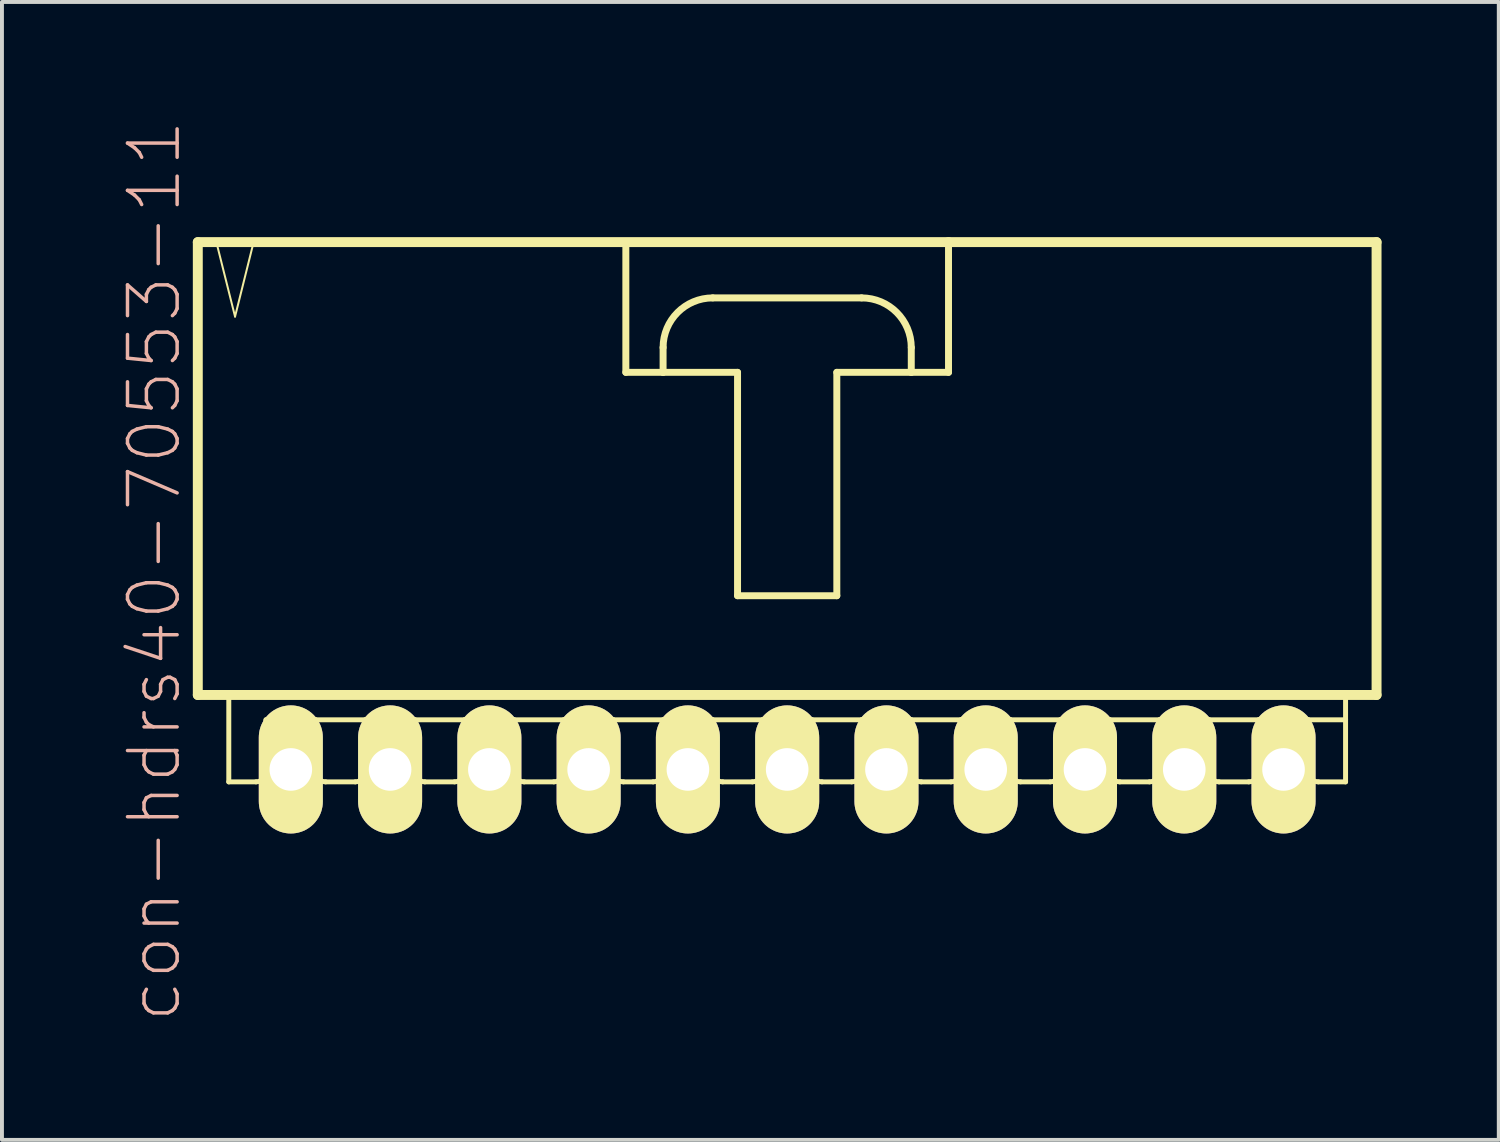
<source format=kicad_pcb>
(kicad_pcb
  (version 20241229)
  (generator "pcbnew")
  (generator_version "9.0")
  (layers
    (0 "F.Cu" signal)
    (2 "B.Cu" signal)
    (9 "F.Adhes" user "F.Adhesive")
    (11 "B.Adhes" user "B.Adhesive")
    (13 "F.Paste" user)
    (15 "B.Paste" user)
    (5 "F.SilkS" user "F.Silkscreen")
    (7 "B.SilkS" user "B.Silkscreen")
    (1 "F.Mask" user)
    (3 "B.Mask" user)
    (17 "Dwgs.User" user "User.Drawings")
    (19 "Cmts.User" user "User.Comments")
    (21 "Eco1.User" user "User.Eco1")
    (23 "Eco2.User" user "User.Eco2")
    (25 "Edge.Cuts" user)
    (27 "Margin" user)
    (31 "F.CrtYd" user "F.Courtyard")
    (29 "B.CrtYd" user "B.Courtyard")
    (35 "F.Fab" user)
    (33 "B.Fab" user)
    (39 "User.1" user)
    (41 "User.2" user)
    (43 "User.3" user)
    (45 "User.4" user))
  (footprint "con-hdrs40-70553-11"
    (layer "F.Cu")
    (at 17.091 9.017)
    (property "Reference" "con-hdrs40-70553-11" (at -16.192 2.54 90) (layer "B.SilkS") (effects (font (size 1.27 1.27) (thickness 0.089))))
    (attr exclude_from_pos_files exclude_from_bom)
    (fp_line (start -15.08 -5.872) (end -15.08 5.715) (stroke (width 0.254) (type solid)) (layer "F.SilkS"))
    (fp_line (start -15.08 5.715) (end 15.08 5.715) (stroke (width 0.254) (type solid)) (layer "F.SilkS"))
    (fp_line (start -14.605 -5.872) (end -14.127 -3.967) (stroke (width 0.051) (type solid)) (layer "F.SilkS"))
    (fp_line (start -14.287 5.715) (end -14.287 7.938) (stroke (width 0.127) (type solid)) (layer "F.SilkS"))
    (fp_line (start -14.127 -3.967) (end -13.652 -5.872) (stroke (width 0.051) (type solid)) (layer "F.SilkS"))
    (fp_line (start -13.652 -5.872) (end -14.605 -5.872) (stroke (width 0.051) (type solid)) (layer "F.SilkS"))
    (fp_line (start -13.589 7.938) (end -14.287 7.938) (stroke (width 0.127) (type solid)) (layer "F.SilkS"))
    (fp_line (start -13.335 6.35) (end -13.335 7.684) (stroke (width 0.127) (type solid)) (layer "F.SilkS"))
    (fp_line (start -13.335 6.35) (end -12.065 6.35) (stroke (width 0.127) (type solid)) (layer "F.SilkS"))
    (fp_line (start -13.018 6.35) (end -12.383 6.35) (stroke (width 0.066) (type solid)) (layer "F.SilkS"))
    (fp_line (start -13.018 7.62) (end -13.018 6.35) (stroke (width 0.066) (type solid)) (layer "F.SilkS"))
    (fp_line (start -13.018 7.62) (end -12.383 7.62) (stroke (width 0.066) (type solid)) (layer "F.SilkS"))
    (fp_line (start -12.383 7.62) (end -12.383 6.35) (stroke (width 0.066) (type solid)) (layer "F.SilkS"))
    (fp_line (start -12.065 6.35) (end -12.065 7.684) (stroke (width 0.127) (type solid)) (layer "F.SilkS"))
    (fp_line (start -12.065 6.35) (end -10.795 6.35) (stroke (width 0.127) (type solid)) (layer "F.SilkS"))
    (fp_line (start -11.049 7.938) (end -11.811 7.938) (stroke (width 0.127) (type solid)) (layer "F.SilkS"))
    (fp_line (start -10.795 6.35) (end -10.795 7.684) (stroke (width 0.127) (type solid)) (layer "F.SilkS"))
    (fp_line (start -10.795 6.35) (end -9.525 6.35) (stroke (width 0.127) (type solid)) (layer "F.SilkS"))
    (fp_line (start -10.477 6.35) (end -9.842 6.35) (stroke (width 0.066) (type solid)) (layer "F.SilkS"))
    (fp_line (start -10.477 7.62) (end -10.477 6.35) (stroke (width 0.066) (type solid)) (layer "F.SilkS"))
    (fp_line (start -10.477 7.62) (end -9.842 7.62) (stroke (width 0.066) (type solid)) (layer "F.SilkS"))
    (fp_line (start -9.842 7.62) (end -9.842 6.35) (stroke (width 0.066) (type solid)) (layer "F.SilkS"))
    (fp_line (start -9.525 6.35) (end -9.525 7.684) (stroke (width 0.127) (type solid)) (layer "F.SilkS"))
    (fp_line (start -9.525 6.35) (end -8.255 6.35) (stroke (width 0.127) (type solid)) (layer "F.SilkS"))
    (fp_line (start -8.509 7.938) (end -9.271 7.938) (stroke (width 0.127) (type solid)) (layer "F.SilkS"))
    (fp_line (start -8.255 6.35) (end -8.255 7.684) (stroke (width 0.127) (type solid)) (layer "F.SilkS"))
    (fp_line (start -8.255 6.35) (end -6.985 6.35) (stroke (width 0.127) (type solid)) (layer "F.SilkS"))
    (fp_line (start -7.938 6.35) (end -7.303 6.35) (stroke (width 0.066) (type solid)) (layer "F.SilkS"))
    (fp_line (start -7.938 7.62) (end -7.938 6.35) (stroke (width 0.066) (type solid)) (layer "F.SilkS"))
    (fp_line (start -7.938 7.62) (end -7.303 7.62) (stroke (width 0.066) (type solid)) (layer "F.SilkS"))
    (fp_line (start -7.303 7.62) (end -7.303 6.35) (stroke (width 0.066) (type solid)) (layer "F.SilkS"))
    (fp_line (start -6.985 6.35) (end -6.985 7.684) (stroke (width 0.127) (type solid)) (layer "F.SilkS"))
    (fp_line (start -6.985 6.35) (end -5.715 6.35) (stroke (width 0.127) (type solid)) (layer "F.SilkS"))
    (fp_line (start -5.969 7.938) (end -6.731 7.938) (stroke (width 0.127) (type solid)) (layer "F.SilkS"))
    (fp_line (start -5.715 6.35) (end -5.715 7.684) (stroke (width 0.127) (type solid)) (layer "F.SilkS"))
    (fp_line (start -5.715 6.35) (end -4.445 6.35) (stroke (width 0.127) (type solid)) (layer "F.SilkS"))
    (fp_line (start -5.397 6.35) (end -4.763 6.35) (stroke (width 0.066) (type solid)) (layer "F.SilkS"))
    (fp_line (start -5.397 7.62) (end -5.397 6.35) (stroke (width 0.066) (type solid)) (layer "F.SilkS"))
    (fp_line (start -5.397 7.62) (end -4.763 7.62) (stroke (width 0.066) (type solid)) (layer "F.SilkS"))
    (fp_line (start -4.763 7.62) (end -4.763 6.35) (stroke (width 0.066) (type solid)) (layer "F.SilkS"))
    (fp_line (start -4.445 6.35) (end -4.445 7.684) (stroke (width 0.127) (type solid)) (layer "F.SilkS"))
    (fp_line (start -4.445 6.35) (end -3.175 6.35) (stroke (width 0.127) (type solid)) (layer "F.SilkS"))
    (fp_line (start -4.128 -5.872) (end -4.128 -2.54) (stroke (width 0.178) (type solid)) (layer "F.SilkS"))
    (fp_line (start -4.128 -2.54) (end -3.175 -2.54) (stroke (width 0.178) (type solid)) (layer "F.SilkS"))
    (fp_line (start -3.429 7.938) (end -4.191 7.938) (stroke (width 0.127) (type solid)) (layer "F.SilkS"))
    (fp_line (start -3.175 -2.54) (end -3.175 -3.175) (stroke (width 0.178) (type solid)) (layer "F.SilkS"))
    (fp_line (start -3.175 -2.54) (end -1.27 -2.54) (stroke (width 0.178) (type solid)) (layer "F.SilkS"))
    (fp_line (start -3.175 6.35) (end -3.175 7.684) (stroke (width 0.127) (type solid)) (layer "F.SilkS"))
    (fp_line (start -3.175 6.35) (end -1.905 6.35) (stroke (width 0.127) (type solid)) (layer "F.SilkS"))
    (fp_line (start -2.857 6.35) (end -2.223 6.35) (stroke (width 0.066) (type solid)) (layer "F.SilkS"))
    (fp_line (start -2.857 7.62) (end -2.857 6.35) (stroke (width 0.066) (type solid)) (layer "F.SilkS"))
    (fp_line (start -2.857 7.62) (end -2.223 7.62) (stroke (width 0.066) (type solid)) (layer "F.SilkS"))
    (fp_line (start -2.223 7.62) (end -2.223 6.35) (stroke (width 0.066) (type solid)) (layer "F.SilkS"))
    (fp_line (start -1.905 -4.445) (end 1.905 -4.445) (stroke (width 0.178) (type solid)) (layer "F.SilkS"))
    (fp_line (start -1.905 6.35) (end -1.905 7.684) (stroke (width 0.127) (type solid)) (layer "F.SilkS"))
    (fp_line (start -1.905 6.35) (end -0.635 6.35) (stroke (width 0.127) (type solid)) (layer "F.SilkS"))
    (fp_line (start -1.27 -2.54) (end -1.27 3.175) (stroke (width 0.178) (type solid)) (layer "F.SilkS"))
    (fp_line (start -1.27 3.175) (end 1.27 3.175) (stroke (width 0.178) (type solid)) (layer "F.SilkS"))
    (fp_line (start -0.889 7.938) (end -1.651 7.938) (stroke (width 0.127) (type solid)) (layer "F.SilkS"))
    (fp_line (start -0.635 6.35) (end -0.635 7.684) (stroke (width 0.127) (type solid)) (layer "F.SilkS"))
    (fp_line (start -0.635 6.35) (end 0.635 6.35) (stroke (width 0.127) (type solid)) (layer "F.SilkS"))
    (fp_line (start -0.318 6.35) (end 0.318 6.35) (stroke (width 0.066) (type solid)) (layer "F.SilkS"))
    (fp_line (start -0.318 7.62) (end -0.318 6.35) (stroke (width 0.066) (type solid)) (layer "F.SilkS"))
    (fp_line (start -0.318 7.62) (end 0.318 7.62) (stroke (width 0.066) (type solid)) (layer "F.SilkS"))
    (fp_line (start 0.318 7.62) (end 0.318 6.35) (stroke (width 0.066) (type solid)) (layer "F.SilkS"))
    (fp_line (start 0.635 6.35) (end 0.635 7.684) (stroke (width 0.127) (type solid)) (layer "F.SilkS"))
    (fp_line (start 0.635 6.35) (end 1.905 6.35) (stroke (width 0.127) (type solid)) (layer "F.SilkS"))
    (fp_line (start 1.27 -2.54) (end 3.175 -2.54) (stroke (width 0.178) (type solid)) (layer "F.SilkS"))
    (fp_line (start 1.27 3.175) (end 1.27 -2.54) (stroke (width 0.178) (type solid)) (layer "F.SilkS"))
    (fp_line (start 1.651 7.938) (end 0.889 7.938) (stroke (width 0.127) (type solid)) (layer "F.SilkS"))
    (fp_line (start 1.905 6.35) (end 1.905 7.684) (stroke (width 0.127) (type solid)) (layer "F.SilkS"))
    (fp_line (start 1.905 6.35) (end 3.175 6.35) (stroke (width 0.127) (type solid)) (layer "F.SilkS"))
    (fp_line (start 2.223 6.35) (end 2.857 6.35) (stroke (width 0.066) (type solid)) (layer "F.SilkS"))
    (fp_line (start 2.223 7.62) (end 2.223 6.35) (stroke (width 0.066) (type solid)) (layer "F.SilkS"))
    (fp_line (start 2.223 7.62) (end 2.857 7.62) (stroke (width 0.066) (type solid)) (layer "F.SilkS"))
    (fp_line (start 2.857 7.62) (end 2.857 6.35) (stroke (width 0.066) (type solid)) (layer "F.SilkS"))
    (fp_line (start 3.175 -3.175) (end 3.175 -2.54) (stroke (width 0.178) (type solid)) (layer "F.SilkS"))
    (fp_line (start 3.175 -2.54) (end 4.128 -2.54) (stroke (width 0.178) (type solid)) (layer "F.SilkS"))
    (fp_line (start 3.175 6.35) (end 3.175 7.684) (stroke (width 0.127) (type solid)) (layer "F.SilkS"))
    (fp_line (start 3.175 6.35) (end 4.445 6.35) (stroke (width 0.127) (type solid)) (layer "F.SilkS"))
    (fp_line (start 4.128 -5.872) (end -15.08 -5.872) (stroke (width 0.254) (type solid)) (layer "F.SilkS"))
    (fp_line (start 4.128 -2.54) (end 4.128 -5.872) (stroke (width 0.178) (type solid)) (layer "F.SilkS"))
    (fp_line (start 4.191 7.938) (end 3.429 7.938) (stroke (width 0.127) (type solid)) (layer "F.SilkS"))
    (fp_line (start 4.445 6.35) (end 4.445 7.684) (stroke (width 0.127) (type solid)) (layer "F.SilkS"))
    (fp_line (start 4.445 6.35) (end 5.715 6.35) (stroke (width 0.127) (type solid)) (layer "F.SilkS"))
    (fp_line (start 4.763 6.35) (end 5.397 6.35) (stroke (width 0.066) (type solid)) (layer "F.SilkS"))
    (fp_line (start 4.763 7.62) (end 4.763 6.35) (stroke (width 0.066) (type solid)) (layer "F.SilkS"))
    (fp_line (start 4.763 7.62) (end 5.397 7.62) (stroke (width 0.066) (type solid)) (layer "F.SilkS"))
    (fp_line (start 5.397 7.62) (end 5.397 6.35) (stroke (width 0.066) (type solid)) (layer "F.SilkS"))
    (fp_line (start 5.715 6.35) (end 5.715 7.684) (stroke (width 0.127) (type solid)) (layer "F.SilkS"))
    (fp_line (start 5.715 6.35) (end 6.985 6.35) (stroke (width 0.127) (type solid)) (layer "F.SilkS"))
    (fp_line (start 6.731 7.938) (end 5.969 7.938) (stroke (width 0.127) (type solid)) (layer "F.SilkS"))
    (fp_line (start 6.985 6.35) (end 6.985 7.684) (stroke (width 0.127) (type solid)) (layer "F.SilkS"))
    (fp_line (start 6.985 6.35) (end 8.255 6.35) (stroke (width 0.127) (type solid)) (layer "F.SilkS"))
    (fp_line (start 7.303 6.35) (end 7.938 6.35) (stroke (width 0.066) (type solid)) (layer "F.SilkS"))
    (fp_line (start 7.303 7.62) (end 7.303 6.35) (stroke (width 0.066) (type solid)) (layer "F.SilkS"))
    (fp_line (start 7.303 7.62) (end 7.938 7.62) (stroke (width 0.066) (type solid)) (layer "F.SilkS"))
    (fp_line (start 7.938 7.62) (end 7.938 6.35) (stroke (width 0.066) (type solid)) (layer "F.SilkS"))
    (fp_line (start 8.255 6.35) (end 8.255 7.684) (stroke (width 0.127) (type solid)) (layer "F.SilkS"))
    (fp_line (start 8.255 6.35) (end 9.525 6.35) (stroke (width 0.127) (type solid)) (layer "F.SilkS"))
    (fp_line (start 9.271 7.938) (end 8.509 7.938) (stroke (width 0.127) (type solid)) (layer "F.SilkS"))
    (fp_line (start 9.525 6.35) (end 9.525 7.684) (stroke (width 0.127) (type solid)) (layer "F.SilkS"))
    (fp_line (start 9.525 6.35) (end 10.795 6.35) (stroke (width 0.127) (type solid)) (layer "F.SilkS"))
    (fp_line (start 9.842 6.35) (end 10.477 6.35) (stroke (width 0.066) (type solid)) (layer "F.SilkS"))
    (fp_line (start 9.842 7.62) (end 9.842 6.35) (stroke (width 0.066) (type solid)) (layer "F.SilkS"))
    (fp_line (start 9.842 7.62) (end 10.477 7.62) (stroke (width 0.066) (type solid)) (layer "F.SilkS"))
    (fp_line (start 10.477 7.62) (end 10.477 6.35) (stroke (width 0.066) (type solid)) (layer "F.SilkS"))
    (fp_line (start 10.795 6.35) (end 10.795 7.684) (stroke (width 0.127) (type solid)) (layer "F.SilkS"))
    (fp_line (start 10.795 6.35) (end 12.065 6.35) (stroke (width 0.127) (type solid)) (layer "F.SilkS"))
    (fp_line (start 11.811 7.938) (end 11.049 7.938) (stroke (width 0.127) (type solid)) (layer "F.SilkS"))
    (fp_line (start 12.065 6.35) (end 12.065 7.684) (stroke (width 0.127) (type solid)) (layer "F.SilkS"))
    (fp_line (start 12.065 6.35) (end 13.335 6.35) (stroke (width 0.127) (type solid)) (layer "F.SilkS"))
    (fp_line (start 12.383 6.35) (end 13.018 6.35) (stroke (width 0.066) (type solid)) (layer "F.SilkS"))
    (fp_line (start 12.383 7.62) (end 12.383 6.35) (stroke (width 0.066) (type solid)) (layer "F.SilkS"))
    (fp_line (start 12.383 7.62) (end 13.018 7.62) (stroke (width 0.066) (type solid)) (layer "F.SilkS"))
    (fp_line (start 13.018 7.62) (end 13.018 6.35) (stroke (width 0.066) (type solid)) (layer "F.SilkS"))
    (fp_line (start 13.335 6.35) (end 13.335 7.684) (stroke (width 0.127) (type solid)) (layer "F.SilkS"))
    (fp_line (start 13.335 6.35) (end 14.287 6.35) (stroke (width 0.127) (type solid)) (layer "F.SilkS"))
    (fp_line (start 13.589 7.938) (end 14.287 7.938) (stroke (width 0.127) (type solid)) (layer "F.SilkS"))
    (fp_line (start 14.287 6.35) (end 14.287 5.715) (stroke (width 0.127) (type solid)) (layer "F.SilkS"))
    (fp_line (start 14.287 7.938) (end 14.287 6.35) (stroke (width 0.127) (type solid)) (layer "F.SilkS"))
    (fp_line (start 15.08 -5.872) (end 4.128 -5.872) (stroke (width 0.254) (type solid)) (layer "F.SilkS"))
    (fp_line (start 15.08 5.715) (end 15.08 -5.872) (stroke (width 0.254) (type solid)) (layer "F.SilkS"))
    (fp_arc (start -13.335 7.6835) (mid -13.409395 7.863105) (end -13.589 7.9375) (stroke (width 0.127) (type solid)) (layer "F.SilkS"))
    (fp_arc (start -11.811 7.9375) (mid -11.990605 7.863105) (end -12.065 7.6835) (stroke (width 0.127) (type solid)) (layer "F.SilkS"))
    (fp_arc (start -10.795 7.6835) (mid -10.869395 7.863105) (end -11.049 7.9375) (stroke (width 0.127) (type solid)) (layer "F.SilkS"))
    (fp_arc (start -9.271 7.9375) (mid -9.450605 7.863105) (end -9.525 7.6835) (stroke (width 0.127) (type solid)) (layer "F.SilkS"))
    (fp_arc (start -8.255 7.6835) (mid -8.329395 7.863105) (end -8.509 7.9375) (stroke (width 0.127) (type solid)) (layer "F.SilkS"))
    (fp_arc (start -6.731 7.9375) (mid -6.910605 7.863105) (end -6.985 7.6835) (stroke (width 0.127) (type solid)) (layer "F.SilkS"))
    (fp_arc (start -5.715 7.6835) (mid -5.789395 7.863105) (end -5.969 7.9375) (stroke (width 0.127) (type solid)) (layer "F.SilkS"))
    (fp_arc (start -4.191 7.9375) (mid -4.370605 7.863105) (end -4.445 7.6835) (stroke (width 0.127) (type solid)) (layer "F.SilkS"))
    (fp_arc (start -3.175 -3.175) (mid -2.803026 -4.073026) (end -1.905 -4.445) (stroke (width 0.1778) (type solid)) (layer "F.SilkS"))
    (fp_arc (start -3.175 7.6835) (mid -3.249395 7.863105) (end -3.429 7.9375) (stroke (width 0.127) (type solid)) (layer "F.SilkS"))
    (fp_arc (start -1.651 7.9375) (mid -1.830605 7.863105) (end -1.905 7.6835) (stroke (width 0.127) (type solid)) (layer "F.SilkS"))
    (fp_arc (start -0.635 7.6835) (mid -0.709395 7.863105) (end -0.889 7.9375) (stroke (width 0.127) (type solid)) (layer "F.SilkS"))
    (fp_arc (start 0.889 7.9375) (mid 0.709395 7.863105) (end 0.635 7.6835) (stroke (width 0.127) (type solid)) (layer "F.SilkS"))
    (fp_arc (start 1.905 -4.445) (mid 2.803026 -4.073026) (end 3.175 -3.175) (stroke (width 0.1778) (type solid)) (layer "F.SilkS"))
    (fp_arc (start 1.905 7.6835) (mid 1.830605 7.863105) (end 1.651 7.9375) (stroke (width 0.127) (type solid)) (layer "F.SilkS"))
    (fp_arc (start 3.429 7.9375) (mid 3.249395 7.863105) (end 3.175 7.6835) (stroke (width 0.127) (type solid)) (layer "F.SilkS"))
    (fp_arc (start 4.445 7.6835) (mid 4.370605 7.863105) (end 4.191 7.9375) (stroke (width 0.127) (type solid)) (layer "F.SilkS"))
    (fp_arc (start 5.969 7.9375) (mid 5.789395 7.863105) (end 5.715 7.6835) (stroke (width 0.127) (type solid)) (layer "F.SilkS"))
    (fp_arc (start 6.985 7.6835) (mid 6.910605 7.863105) (end 6.731 7.9375) (stroke (width 0.127) (type solid)) (layer "F.SilkS"))
    (fp_arc (start 8.509 7.9375) (mid 8.329395 7.863105) (end 8.255 7.6835) (stroke (width 0.127) (type solid)) (layer "F.SilkS"))
    (fp_arc (start 9.525 7.6835) (mid 9.450605 7.863105) (end 9.271 7.9375) (stroke (width 0.127) (type solid)) (layer "F.SilkS"))
    (fp_arc (start 11.049 7.9375) (mid 10.869395 7.863105) (end 10.795 7.6835) (stroke (width 0.127) (type solid)) (layer "F.SilkS"))
    (fp_arc (start 12.065 7.6835) (mid 11.990605 7.863105) (end 11.811 7.9375) (stroke (width 0.127) (type solid)) (layer "F.SilkS"))
    (fp_arc (start 13.589 7.9375) (mid 13.409395 7.863105) (end 13.335 7.6835) (stroke (width 0.127) (type solid)) (layer "F.SilkS"))
    (pad "1" thru_hole oval (at -12.7 7.62) (size 1.638 3.277) (drill 1.09) (layers "*.Cu" "F.Mask" "F.SilkS" "F.Paste"))
    (pad "2" thru_hole oval (at -10.16 7.62) (size 1.638 3.277) (drill 1.09) (layers "*.Cu" "F.Mask" "F.SilkS" "F.Paste"))
    (pad "3" thru_hole oval (at -7.62 7.62) (size 1.638 3.277) (drill 1.09) (layers "*.Cu" "F.Mask" "F.SilkS" "F.Paste"))
    (pad "4" thru_hole oval (at -5.08 7.62) (size 1.638 3.277) (drill 1.09) (layers "*.Cu" "F.Mask" "F.SilkS" "F.Paste"))
    (pad "5" thru_hole oval (at -2.54 7.62) (size 1.638 3.277) (drill 1.09) (layers "*.Cu" "F.Mask" "F.SilkS" "F.Paste"))
    (pad "6" thru_hole oval (at 0 7.62) (size 1.638 3.277) (drill 1.09) (layers "*.Cu" "F.Mask" "F.SilkS" "F.Paste"))
    (pad "7" thru_hole oval (at 2.54 7.62) (size 1.638 3.277) (drill 1.09) (layers "*.Cu" "F.Mask" "F.SilkS" "F.Paste"))
    (pad "8" thru_hole oval (at 5.08 7.62) (size 1.638 3.277) (drill 1.09) (layers "*.Cu" "F.Mask" "F.SilkS" "F.Paste"))
    (pad "9" thru_hole oval (at 7.62 7.62) (size 1.638 3.277) (drill 1.09) (layers "*.Cu" "F.Mask" "F.SilkS" "F.Paste"))
    (pad "10" thru_hole oval (at 10.16 7.62) (size 1.638 3.277) (drill 1.09) (layers "*.Cu" "F.Mask" "F.SilkS" "F.Paste"))
    (pad "11" thru_hole oval (at 12.7 7.62) (size 1.638 3.277) (drill 1.09) (layers "*.Cu" "F.Mask" "F.SilkS" "F.Paste")))
  (gr_rect
    (start -3 -3)
    (end 35.298 26.115)
    (stroke (width 0.1) (type default))
    (fill no)
    (layer "Edge.Cuts")))
</source>
